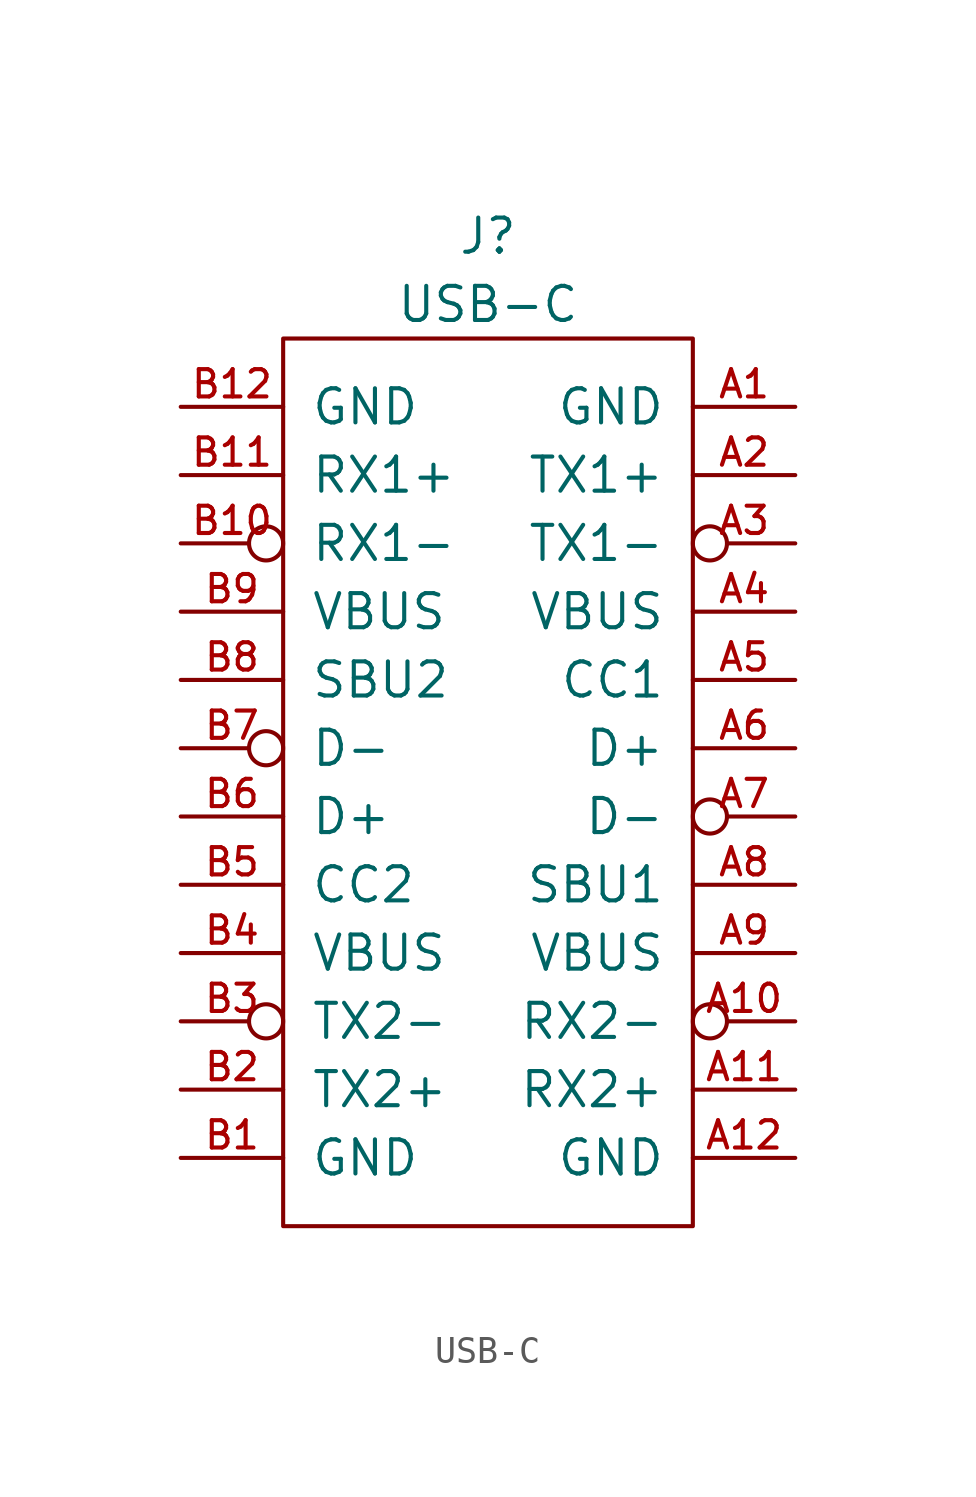
<source format=kicad_sym>
(kicad_symbol_lib
  (version 20220914)
  (generator kicad_symbol_editor)
  (symbol "USB-C"
    (pin_names
      (offset 1.016))
    (property "Reference" "J"
      (at 0 20.32 0)
      (effects (font (size 1.27 1.27))))
    (property "Value" "USB-C"
      (at 0 17.78 0)
      (effects (font (size 1.27 1.27))))
    (symbol "USB-C_0_1"
      (rectangle (start -7.62 16.51) (end 7.62 -16.51) (stroke (width 0) (type default)) (fill (type none))))
    (symbol "USB-C_1_1"
      (pin power_in line (at 11.43 13.97 180) (length 3.81) (name "GND" (effects (font (size 1.27 1.27)))) (number "A1" (effects (font (size 1.016 1.016)))))
      (pin bidirectional inverted (at 11.43 -8.89 180) (length 3.81) (name "RX2-" (effects (font (size 1.27 1.27)))) (number "A10" (effects (font (size 1.016 1.016)))))
      (pin bidirectional line (at 11.43 -11.43 180) (length 3.81) (name "RX2+" (effects (font (size 1.27 1.27)))) (number "A11" (effects (font (size 1.016 1.016)))))
      (pin power_in line (at 11.43 -13.97 180) (length 3.81) (name "GND" (effects (font (size 1.27 1.27)))) (number "A12" (effects (font (size 1.016 1.016)))))
      (pin bidirectional line (at 11.43 11.43 180) (length 3.81) (name "TX1+" (effects (font (size 1.27 1.27)))) (number "A2" (effects (font (size 1.016 1.016)))))
      (pin bidirectional inverted (at 11.43 8.89 180) (length 3.81) (name "TX1-" (effects (font (size 1.27 1.27)))) (number "A3" (effects (font (size 1.016 1.016)))))
      (pin power_in line (at 11.43 6.35 180) (length 3.81) (name "VBUS" (effects (font (size 1.27 1.27)))) (number "A4" (effects (font (size 1.016 1.016)))))
      (pin passive line (at 11.43 3.81 180) (length 3.81) (name "CC1" (effects (font (size 1.27 1.27)))) (number "A5" (effects (font (size 1.016 1.016)))))
      (pin bidirectional line (at 11.43 1.27 180) (length 3.81) (name "D+" (effects (font (size 1.27 1.27)))) (number "A6" (effects (font (size 1.016 1.016)))))
      (pin bidirectional inverted (at 11.43 -1.27 180) (length 3.81) (name "D-" (effects (font (size 1.27 1.27)))) (number "A7" (effects (font (size 1.016 1.016)))))
      (pin bidirectional line (at 11.43 -3.81 180) (length 3.81) (name "SBU1" (effects (font (size 1.27 1.27)))) (number "A8" (effects (font (size 1.016 1.016)))))
      (pin power_in line (at 11.43 -6.35 180) (length 3.81) (name "VBUS" (effects (font (size 1.27 1.27)))) (number "A9" (effects (font (size 1.016 1.016)))))
      (pin power_in line (at -11.43 -13.97 0) (length 3.81) (name "GND" (effects (font (size 1.27 1.27)))) (number "B1" (effects (font (size 1.016 1.016)))))
      (pin bidirectional inverted (at -11.43 8.89 0) (length 3.81) (name "RX1-" (effects (font (size 1.27 1.27)))) (number "B10" (effects (font (size 1.016 1.016)))))
      (pin bidirectional line (at -11.43 11.43 0) (length 3.81) (name "RX1+" (effects (font (size 1.27 1.27)))) (number "B11" (effects (font (size 1.016 1.016)))))
      (pin power_in line (at -11.43 13.97 0) (length 3.81) (name "GND" (effects (font (size 1.27 1.27)))) (number "B12" (effects (font (size 1.016 1.016)))))
      (pin bidirectional line (at -11.43 -11.43 0) (length 3.81) (name "TX2+" (effects (font (size 1.27 1.27)))) (number "B2" (effects (font (size 1.016 1.016)))))
      (pin bidirectional inverted (at -11.43 -8.89 0) (length 3.81) (name "TX2-" (effects (font (size 1.27 1.27)))) (number "B3" (effects (font (size 1.016 1.016)))))
      (pin power_in line (at -11.43 -6.35 0) (length 3.81) (name "VBUS" (effects (font (size 1.27 1.27)))) (number "B4" (effects (font (size 1.016 1.016)))))
      (pin passive line (at -11.43 -3.81 0) (length 3.81) (name "CC2" (effects (font (size 1.27 1.27)))) (number "B5" (effects (font (size 1.016 1.016)))))
      (pin bidirectional line (at -11.43 -1.27 0) (length 3.81) (name "D+" (effects (font (size 1.27 1.27)))) (number "B6" (effects (font (size 1.016 1.016)))))
      (pin bidirectional inverted (at -11.43 1.27 0) (length 3.81) (name "D-" (effects (font (size 1.27 1.27)))) (number "B7" (effects (font (size 1.016 1.016)))))
      (pin bidirectional line (at -11.43 3.81 0) (length 3.81) (name "SBU2" (effects (font (size 1.27 1.27)))) (number "B8" (effects (font (size 1.016 1.016)))))
      (pin power_in line (at -11.43 6.35 0) (length 3.81) (name "VBUS" (effects (font (size 1.27 1.27)))) (number "B9" (effects (font (size 1.016 1.016))))))))
</source>
